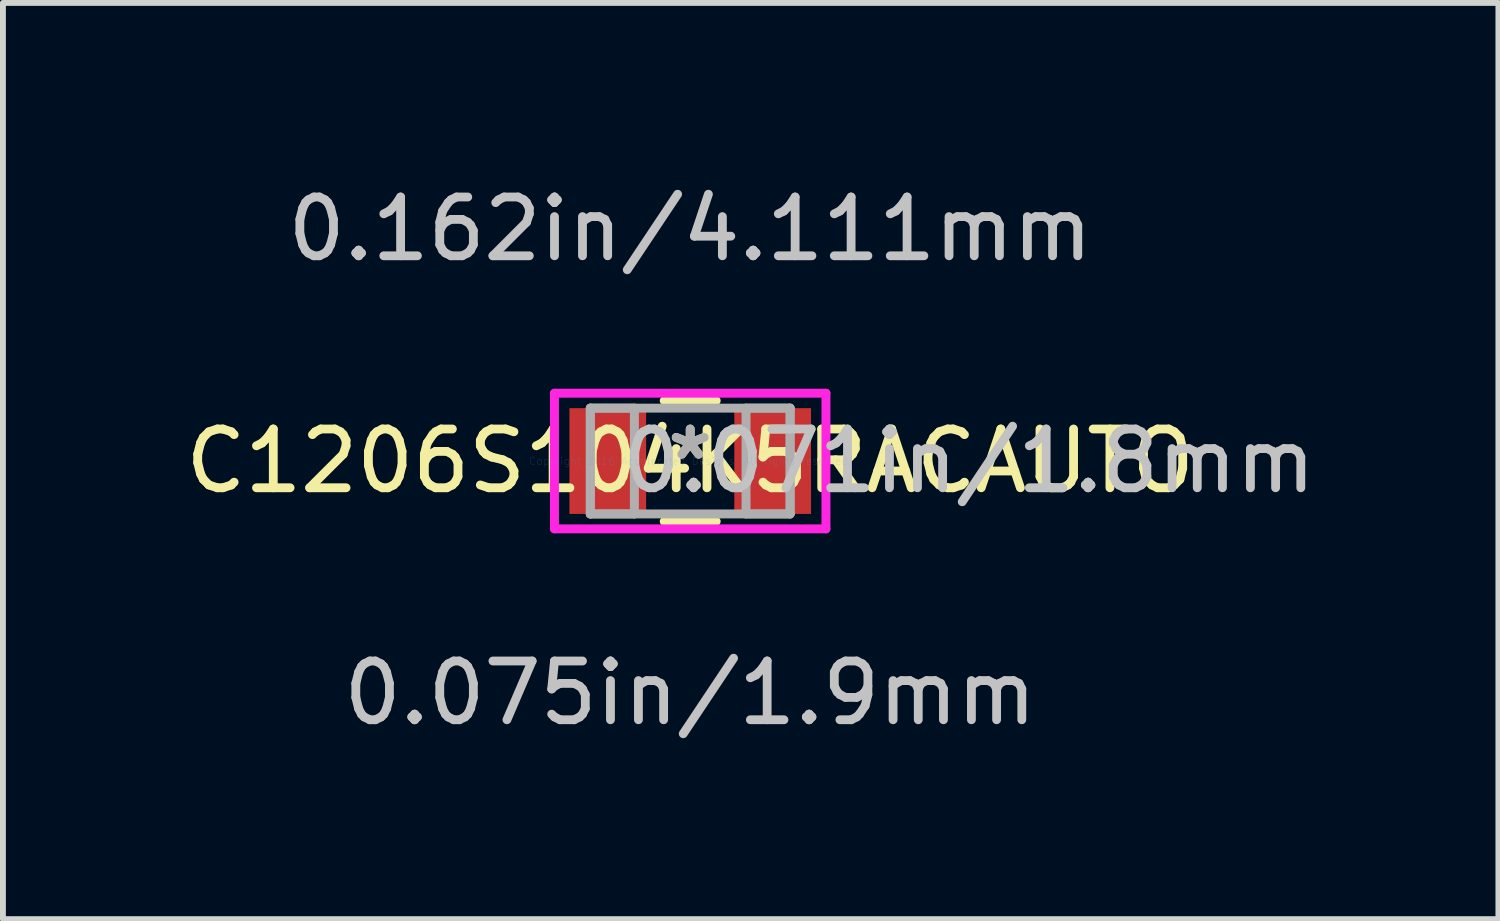
<source format=kicad_pcb>
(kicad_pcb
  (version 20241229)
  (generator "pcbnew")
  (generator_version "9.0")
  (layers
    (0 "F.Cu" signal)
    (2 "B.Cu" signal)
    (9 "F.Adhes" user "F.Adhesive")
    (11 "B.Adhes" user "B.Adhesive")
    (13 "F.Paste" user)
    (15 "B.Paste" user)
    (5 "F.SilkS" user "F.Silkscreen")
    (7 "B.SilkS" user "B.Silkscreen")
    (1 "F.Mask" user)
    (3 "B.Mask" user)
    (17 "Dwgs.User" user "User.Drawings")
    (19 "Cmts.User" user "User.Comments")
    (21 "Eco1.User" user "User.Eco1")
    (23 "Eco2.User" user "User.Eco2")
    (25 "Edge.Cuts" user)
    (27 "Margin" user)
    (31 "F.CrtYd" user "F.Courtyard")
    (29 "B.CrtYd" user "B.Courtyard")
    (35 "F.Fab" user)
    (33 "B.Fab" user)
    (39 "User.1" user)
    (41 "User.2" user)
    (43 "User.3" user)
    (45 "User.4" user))
  (footprint "C1206S104K5RACAUTO"
    (layer "F.Cu")
    (at 8.696 4.796)
    (property "Reference" "C1206S104K5RACAUTO" (at 0 0 0) (layer "F.SilkS") (effects (font (size 1 1) (thickness 0.15))))
    (attr through_hole)
    (fp_line (start -0.442 1.027) (end 0.442 1.027) (stroke (width 0.152) (type solid)) (layer "F.SilkS"))
    (fp_line (start 0.442 -1.027) (end -0.442 -1.027) (stroke (width 0.152) (type solid)) (layer "F.SilkS"))
    (fp_line (start -2.31 -1.154) (end 2.31 -1.154) (stroke (width 0.152) (type solid)) (layer "F.CrtYd"))
    (fp_line (start -2.31 1.154) (end -2.31 -1.154) (stroke (width 0.152) (type solid)) (layer "F.CrtYd"))
    (fp_line (start 2.31 -1.154) (end 2.31 1.154) (stroke (width 0.152) (type solid)) (layer "F.CrtYd"))
    (fp_line (start 2.31 1.154) (end -2.31 1.154) (stroke (width 0.152) (type solid)) (layer "F.CrtYd"))
    (fp_line (start -1.7 -0.9) (end -1.7 0.9) (stroke (width 0.152) (type solid)) (layer "F.Fab"))
    (fp_line (start -1.7 -0.9) (end -1.7 0.9) (stroke (width 0.152) (type solid)) (layer "F.Fab"))
    (fp_line (start -1.7 0.9) (end -0.95 0.9) (stroke (width 0.152) (type solid)) (layer "F.Fab"))
    (fp_line (start -1.7 0.9) (end 1.7 0.9) (stroke (width 0.152) (type solid)) (layer "F.Fab"))
    (fp_line (start -0.95 -0.9) (end -1.7 -0.9) (stroke (width 0.152) (type solid)) (layer "F.Fab"))
    (fp_line (start -0.95 0.9) (end -0.95 -0.9) (stroke (width 0.152) (type solid)) (layer "F.Fab"))
    (fp_line (start 0.95 -0.9) (end 0.95 0.9) (stroke (width 0.152) (type solid)) (layer "F.Fab"))
    (fp_line (start 0.95 0.9) (end 1.7 0.9) (stroke (width 0.152) (type solid)) (layer "F.Fab"))
    (fp_line (start 1.7 -0.9) (end -1.7 -0.9) (stroke (width 0.152) (type solid)) (layer "F.Fab"))
    (fp_line (start 1.7 -0.9) (end 0.95 -0.9) (stroke (width 0.152) (type solid)) (layer "F.Fab"))
    (fp_line (start 1.7 0.9) (end 1.7 -0.9) (stroke (width 0.152) (type solid)) (layer "F.Fab"))
    (fp_line (start 1.7 0.9) (end 1.7 -0.9) (stroke (width 0.152) (type solid)) (layer "F.Fab"))
    (fp_text user "*" (at 0 0 0) (layer "F.SilkS") (effects (font (size 1 1) (thickness 0.15))))
    (fp_text user "0.075in/1.9mm" (at 0 3.948 0) (layer "Dwgs.User") (effects (font (size 1 1) (thickness 0.15))))
    (fp_text user "0.071in/1.8mm" (at 4.748 0 0) (layer "Dwgs.User") (effects (font (size 1 1) (thickness 0.15))))
    (fp_text user "0.162in/4.111mm" (at 0 -3.948 0) (layer "Dwgs.User") (effects (font (size 1 1) (thickness 0.15))))
    (fp_text user "Copyright 2016 Accelerated Designs. All rights reserved." (at 0 0 0) (layer "Cmts.User") (effects (font (size 0.127 0.127) (thickness 0.002))))
    (fp_text user "*" (at 0 0 0) (layer "F.Fab") (effects (font (size 1 1) (thickness 0.15))))
    (pad "1" smd rect (at -1.403 0) (size 1.306 1.8) (layers "F.Cu" "F.Mask" "F.Paste"))
    (pad "2" smd rect (at 1.403 0) (size 1.306 1.8) (layers "F.Cu" "F.Mask" "F.Paste")))
  (gr_rect
    (start -3 -3)
    (end 22.45 12.592)
    (stroke (width 0.1) (type default))
    (fill no)
    (layer "Edge.Cuts")))
</source>
